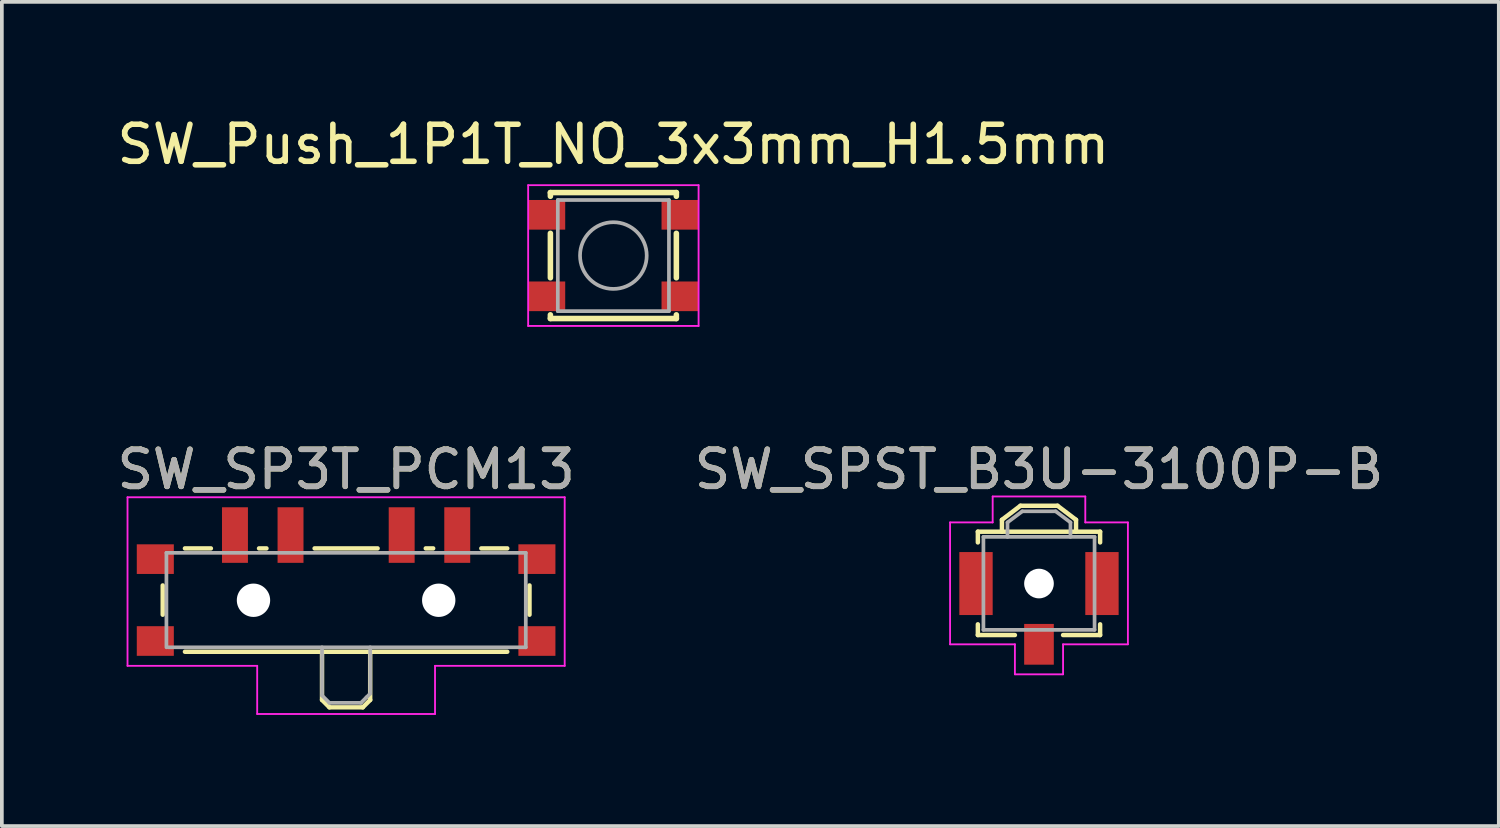
<source format=kicad_pcb>
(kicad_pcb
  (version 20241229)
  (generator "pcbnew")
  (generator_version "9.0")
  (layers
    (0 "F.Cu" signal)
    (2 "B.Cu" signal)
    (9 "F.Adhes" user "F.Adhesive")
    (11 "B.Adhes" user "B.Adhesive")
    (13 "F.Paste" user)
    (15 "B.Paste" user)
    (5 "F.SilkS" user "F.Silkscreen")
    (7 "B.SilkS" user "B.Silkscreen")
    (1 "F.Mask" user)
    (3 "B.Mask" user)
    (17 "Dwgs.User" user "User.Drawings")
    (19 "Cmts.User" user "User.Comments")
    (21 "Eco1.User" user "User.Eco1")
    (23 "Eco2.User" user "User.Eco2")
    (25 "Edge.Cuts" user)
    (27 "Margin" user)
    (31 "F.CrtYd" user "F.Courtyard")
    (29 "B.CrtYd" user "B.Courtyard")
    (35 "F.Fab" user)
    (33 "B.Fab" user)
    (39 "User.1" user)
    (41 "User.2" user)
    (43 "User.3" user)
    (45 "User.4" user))
  (footprint "SW_SPST_B3U-3100P-B"
    (layer "F.Cu")
    (at 24.994 13.521)
    (property "Reference" "SW_SPST_B3U-3100P-B" (at 0 -3.9 0) (layer "F.SilkS") (effects (font (size 1 1) (thickness 0.15))))
    (attr smd)
    (fp_line (start -1.65 -2.22) (end 1.65 -2.22) (stroke (width 0.12) (type solid)) (layer "F.SilkS"))
    (fp_line (start -1.65 -1.93) (end -1.65 -2.22) (stroke (width 0.12) (type solid)) (layer "F.SilkS"))
    (fp_line (start -1.65 0.28) (end -1.65 0.57) (stroke (width 0.12) (type solid)) (layer "F.SilkS"))
    (fp_line (start -1.65 0.57) (end -0.65 0.57) (stroke (width 0.12) (type solid)) (layer "F.SilkS"))
    (fp_line (start -1 -2.54) (end -1 -2.22) (stroke (width 0.12) (type solid)) (layer "F.SilkS"))
    (fp_line (start -0.5 -2.92) (end -1 -2.54) (stroke (width 0.12) (type solid)) (layer "F.SilkS"))
    (fp_line (start -0.5 -2.92) (end 0.5 -2.92) (stroke (width 0.12) (type solid)) (layer "F.SilkS"))
    (fp_line (start 0.5 -2.92) (end 1 -2.54) (stroke (width 0.12) (type solid)) (layer "F.SilkS"))
    (fp_line (start 1 -2.54) (end 1 -2.22) (stroke (width 0.12) (type solid)) (layer "F.SilkS"))
    (fp_line (start 1.65 -2.22) (end 1.65 -1.93) (stroke (width 0.12) (type solid)) (layer "F.SilkS"))
    (fp_line (start 1.65 0.57) (end 0.65 0.57) (stroke (width 0.12) (type solid)) (layer "F.SilkS"))
    (fp_line (start 1.65 0.57) (end 1.65 0.28) (stroke (width 0.12) (type solid)) (layer "F.SilkS"))
    (fp_line (start -2.4 -2.47) (end -2.4 0.82) (stroke (width 0.05) (type solid)) (layer "F.CrtYd"))
    (fp_line (start -2.4 0.82) (end -0.65 0.82) (stroke (width 0.05) (type solid)) (layer "F.CrtYd"))
    (fp_line (start -1.25 -3.17) (end 1.25 -3.17) (stroke (width 0.05) (type solid)) (layer "F.CrtYd"))
    (fp_line (start -1.25 -2.47) (end -2.4 -2.47) (stroke (width 0.05) (type solid)) (layer "F.CrtYd"))
    (fp_line (start -1.25 -2.47) (end -1.25 -3.17) (stroke (width 0.05) (type solid)) (layer "F.CrtYd"))
    (fp_line (start -0.65 0.82) (end -0.65 1.63) (stroke (width 0.05) (type solid)) (layer "F.CrtYd"))
    (fp_line (start -0.65 1.63) (end 0.65 1.63) (stroke (width 0.05) (type solid)) (layer "F.CrtYd"))
    (fp_line (start 0.65 0.82) (end 2.4 0.82) (stroke (width 0.05) (type solid)) (layer "F.CrtYd"))
    (fp_line (start 0.65 1.63) (end 0.65 0.82) (stroke (width 0.05) (type solid)) (layer "F.CrtYd"))
    (fp_line (start 1.25 -3.17) (end 1.25 -2.47) (stroke (width 0.05) (type solid)) (layer "F.CrtYd"))
    (fp_line (start 1.25 -2.47) (end 2.4 -2.47) (stroke (width 0.05) (type solid)) (layer "F.CrtYd"))
    (fp_line (start 2.4 0.82) (end 2.4 -2.47) (stroke (width 0.05) (type solid)) (layer "F.CrtYd"))
    (fp_line (start -1.5 -2.08) (end 1.5 -2.08) (stroke (width 0.1) (type solid)) (layer "F.Fab"))
    (fp_line (start -1.5 0.43) (end -1.5 -2.08) (stroke (width 0.1) (type solid)) (layer "F.Fab"))
    (fp_line (start -0.85 -2.47) (end -0.45 -2.77) (stroke (width 0.1) (type solid)) (layer "F.Fab"))
    (fp_line (start -0.85 -2.08) (end -0.85 -2.47) (stroke (width 0.1) (type solid)) (layer "F.Fab"))
    (fp_line (start -0.45 -2.77) (end 0.45 -2.77) (stroke (width 0.1) (type solid)) (layer "F.Fab"))
    (fp_line (start 0.45 -2.77) (end 0.85 -2.47) (stroke (width 0.1) (type solid)) (layer "F.Fab"))
    (fp_line (start 0.85 -2.47) (end 0.85 -2.08) (stroke (width 0.1) (type solid)) (layer "F.Fab"))
    (fp_line (start 1.5 -2.08) (end 1.5 0.43) (stroke (width 0.1) (type solid)) (layer "F.Fab"))
    (fp_line (start 1.5 0.43) (end -1.5 0.43) (stroke (width 0.1) (type solid)) (layer "F.Fab"))
    (fp_text user "${REFERENCE}" (at 0 -3.9 0) (layer "F.Fab") (effects (font (size 1 1) (thickness 0.15))))
    (pad "" np_thru_hole circle (at 0 -0.82) (size 0.8 0.8) (drill 0.8) (layers "*.Cu" "*.Mask"))
    (pad "1" smd rect (at -1.7 -0.82) (size 0.9 1.7) (layers "F.Cu" "F.Mask" "F.Paste"))
    (pad "2" smd rect (at 1.7 -0.82) (size 0.9 1.7) (layers "F.Cu" "F.Mask" "F.Paste"))
    (pad "3" smd rect (at 0 0.82) (size 0.8 1.1) (layers "F.Cu" "F.Mask" "F.Paste")))
  (footprint "SW_SP3T_PCM13"
    (layer "F.Cu")
    (at 6.292 12.822)
    (property "Reference" "SW_SP3T_PCM13" (at 0 -3.2 0) (layer "F.SilkS") (effects (font (size 1 1) (thickness 0.15))))
    (attr smd)
    (fp_line (start -4.95 -0.07) (end -4.95 0.72) (stroke (width 0.12) (type solid)) (layer "F.SilkS"))
    (fp_line (start -4.35 -1.07) (end -3.65 -1.07) (stroke (width 0.12) (type solid)) (layer "F.SilkS"))
    (fp_line (start -4.35 1.72) (end 4.35 1.72) (stroke (width 0.12) (type solid)) (layer "F.SilkS"))
    (fp_line (start -2.35 -1.07) (end -2.15 -1.07) (stroke (width 0.12) (type solid)) (layer "F.SilkS"))
    (fp_line (start -0.85 -1.07) (end 0.85 -1.07) (stroke (width 0.12) (type solid)) (layer "F.SilkS"))
    (fp_line (start -0.65 1.72) (end -0.65 3.02) (stroke (width 0.12) (type solid)) (layer "F.SilkS"))
    (fp_line (start -0.65 3.02) (end -0.45 3.22) (stroke (width 0.12) (type solid)) (layer "F.SilkS"))
    (fp_line (start 0.45 3.22) (end -0.45 3.22) (stroke (width 0.12) (type solid)) (layer "F.SilkS"))
    (fp_line (start 0.65 3.02) (end 0.45 3.22) (stroke (width 0.12) (type solid)) (layer "F.SilkS"))
    (fp_line (start 0.65 3.02) (end 0.65 1.72) (stroke (width 0.12) (type solid)) (layer "F.SilkS"))
    (fp_line (start 2.15 -1.07) (end 2.35 -1.07) (stroke (width 0.12) (type solid)) (layer "F.SilkS"))
    (fp_line (start 3.65 -1.07) (end 4.35 -1.07) (stroke (width 0.12) (type solid)) (layer "F.SilkS"))
    (fp_line (start 4.95 0.72) (end 4.95 -0.07) (stroke (width 0.12) (type solid)) (layer "F.SilkS"))
    (fp_line (start -5.9 -2.45) (end 5.9 -2.45) (stroke (width 0.05) (type solid)) (layer "F.CrtYd"))
    (fp_line (start -5.9 2.1) (end -5.9 -2.45) (stroke (width 0.05) (type solid)) (layer "F.CrtYd"))
    (fp_line (start -2.4 2.1) (end -5.9 2.1) (stroke (width 0.05) (type solid)) (layer "F.CrtYd"))
    (fp_line (start -2.4 3.4) (end -2.4 2.1) (stroke (width 0.05) (type solid)) (layer "F.CrtYd"))
    (fp_line (start 2.4 2.1) (end 2.4 3.4) (stroke (width 0.05) (type solid)) (layer "F.CrtYd"))
    (fp_line (start 2.4 3.4) (end -2.4 3.4) (stroke (width 0.05) (type solid)) (layer "F.CrtYd"))
    (fp_line (start 5.9 -2.45) (end 5.9 2.1) (stroke (width 0.05) (type solid)) (layer "F.CrtYd"))
    (fp_line (start 5.9 2.1) (end 2.4 2.1) (stroke (width 0.05) (type solid)) (layer "F.CrtYd"))
    (fp_line (start -4.85 -0.95) (end 4.85 -0.95) (stroke (width 0.1) (type solid)) (layer "F.Fab"))
    (fp_line (start -4.85 1.6) (end -4.85 -0.95) (stroke (width 0.1) (type solid)) (layer "F.Fab"))
    (fp_line (start -0.65 1.6) (end -0.65 2.9) (stroke (width 0.1) (type solid)) (layer "F.Fab"))
    (fp_line (start -0.65 2.9) (end -0.45 3.1) (stroke (width 0.1) (type solid)) (layer "F.Fab"))
    (fp_line (start -0.45 3.1) (end 0.4 3.1) (stroke (width 0.1) (type solid)) (layer "F.Fab"))
    (fp_line (start 0.4 3.1) (end 0.55 2.95) (stroke (width 0.1) (type solid)) (layer "F.Fab"))
    (fp_line (start 0.55 2.95) (end 0.65 2.85) (stroke (width 0.1) (type solid)) (layer "F.Fab"))
    (fp_line (start 0.65 2.85) (end 0.65 1.6) (stroke (width 0.1) (type solid)) (layer "F.Fab"))
    (fp_line (start 4.85 -0.95) (end 4.85 1.6) (stroke (width 0.1) (type solid)) (layer "F.Fab"))
    (fp_line (start 4.85 1.6) (end -4.8 1.6) (stroke (width 0.1) (type solid)) (layer "F.Fab"))
    (fp_text user "${REFERENCE}" (at 0 -3.2 0) (layer "F.Fab") (effects (font (size 1 1) (thickness 0.15))))
    (pad "" smd rect (at -5.15 -0.78) (size 1 0.8) (layers "F.Cu" "F.Mask" "F.Paste"))
    (pad "" smd rect (at -5.15 1.43) (size 1 0.8) (layers "F.Cu" "F.Mask" "F.Paste"))
    (pad "" np_thru_hole circle (at -2.5 0.33) (size 0.9 0.9) (drill 0.9) (layers "*.Cu" "*.Mask"))
    (pad "" np_thru_hole circle (at 2.5 0.33) (size 0.9 0.9) (drill 0.9) (layers "*.Cu" "*.Mask"))
    (pad "" smd rect (at 5.15 -0.78) (size 1 0.8) (layers "F.Cu" "F.Mask" "F.Paste"))
    (pad "" smd rect (at 5.15 1.43) (size 1 0.8) (layers "F.Cu" "F.Mask" "F.Paste"))
    (pad "1" smd rect (at -3 -1.43) (size 0.7 1.5) (layers "F.Cu" "F.Mask" "F.Paste"))
    (pad "2" smd rect (at -1.5 -1.43) (size 0.7 1.5) (layers "F.Cu" "F.Mask" "F.Paste"))
    (pad "3" smd rect (at 1.5 -1.43) (size 0.7 1.5) (layers "F.Cu" "F.Mask" "F.Paste"))
    (pad "4" smd rect (at 3 -1.43) (size 0.7 1.5) (layers "F.Cu" "F.Mask" "F.Paste")))
  (footprint "SW_Push_1P1T_NO_3x3mm_H1.5mm"
    (layer "F.Cu")
    (at 13.506 3.848)
    (property "Reference" "SW_Push_1P1T_NO_3x3mm_H1.5mm" (at 0 -3 180) (layer "F.SilkS") (effects (font (size 1 1) (thickness 0.15))))
    (attr through_hole)
    (fp_line (start -1.7 -1.7) (end -1.7 -1.6) (stroke (width 0.15) (type solid)) (layer "F.SilkS"))
    (fp_line (start -1.7 -1.7) (end 1.7 -1.7) (stroke (width 0.15) (type solid)) (layer "F.SilkS"))
    (fp_line (start -1.7 0.6) (end -1.7 -0.6) (stroke (width 0.15) (type solid)) (layer "F.SilkS"))
    (fp_line (start -1.7 1.7) (end -1.7 1.6) (stroke (width 0.15) (type solid)) (layer "F.SilkS"))
    (fp_line (start -1.7 1.7) (end 1.7 1.7) (stroke (width 0.15) (type solid)) (layer "F.SilkS"))
    (fp_line (start 1.7 -1.7) (end 1.7 -1.6) (stroke (width 0.15) (type solid)) (layer "F.SilkS"))
    (fp_line (start 1.7 -0.6) (end 1.7 0.6) (stroke (width 0.15) (type solid)) (layer "F.SilkS"))
    (fp_line (start 1.7 1.7) (end 1.7 1.6) (stroke (width 0.15) (type solid)) (layer "F.SilkS"))
    (fp_line (start -2.3 -1.9) (end 2.3 -1.9) (stroke (width 0.05) (type solid)) (layer "F.CrtYd"))
    (fp_line (start -2.3 1.9) (end -2.3 -1.9) (stroke (width 0.05) (type solid)) (layer "F.CrtYd"))
    (fp_line (start 2.3 -1.9) (end 2.3 1.9) (stroke (width 0.05) (type solid)) (layer "F.CrtYd"))
    (fp_line (start 2.3 1.9) (end -2.3 1.9) (stroke (width 0.05) (type solid)) (layer "F.CrtYd"))
    (fp_line (start -1.5 -1.5) (end -1.5 1.5) (stroke (width 0.1) (type solid)) (layer "F.Fab"))
    (fp_line (start -1.5 1.5) (end 1.5 1.5) (stroke (width 0.1) (type solid)) (layer "F.Fab"))
    (fp_line (start 1.5 -1.5) (end -1.5 -1.5) (stroke (width 0.1) (type solid)) (layer "F.Fab"))
    (fp_line (start 1.5 1.5) (end 1.5 -1.5) (stroke (width 0.1) (type solid)) (layer "F.Fab"))
    (fp_circle (center 0 0) (end 0.9 0) (stroke (width 0.1) (type solid)) (fill no) (layer "F.Fab"))
    (pad "1" smd rect (at -1.8 -1.1 270) (size 0.8 1) (layers "F.Cu" "F.Mask" "F.Paste"))
    (pad "1" smd rect (at 1.8 -1.1 270) (size 0.8 1) (layers "F.Cu" "F.Mask" "F.Paste"))
    (pad "2" smd rect (at -1.8 1.1 270) (size 0.8 1) (layers "F.Cu" "F.Mask" "F.Paste"))
    (pad "2" smd rect (at 1.8 1.1 270) (size 0.8 1) (layers "F.Cu" "F.Mask" "F.Paste")))
  (gr_rect
    (start -3 -3)
    (end 37.405 19.247)
    (stroke (width 0.1) (type default))
    (fill no)
    (layer "Edge.Cuts")))
</source>
